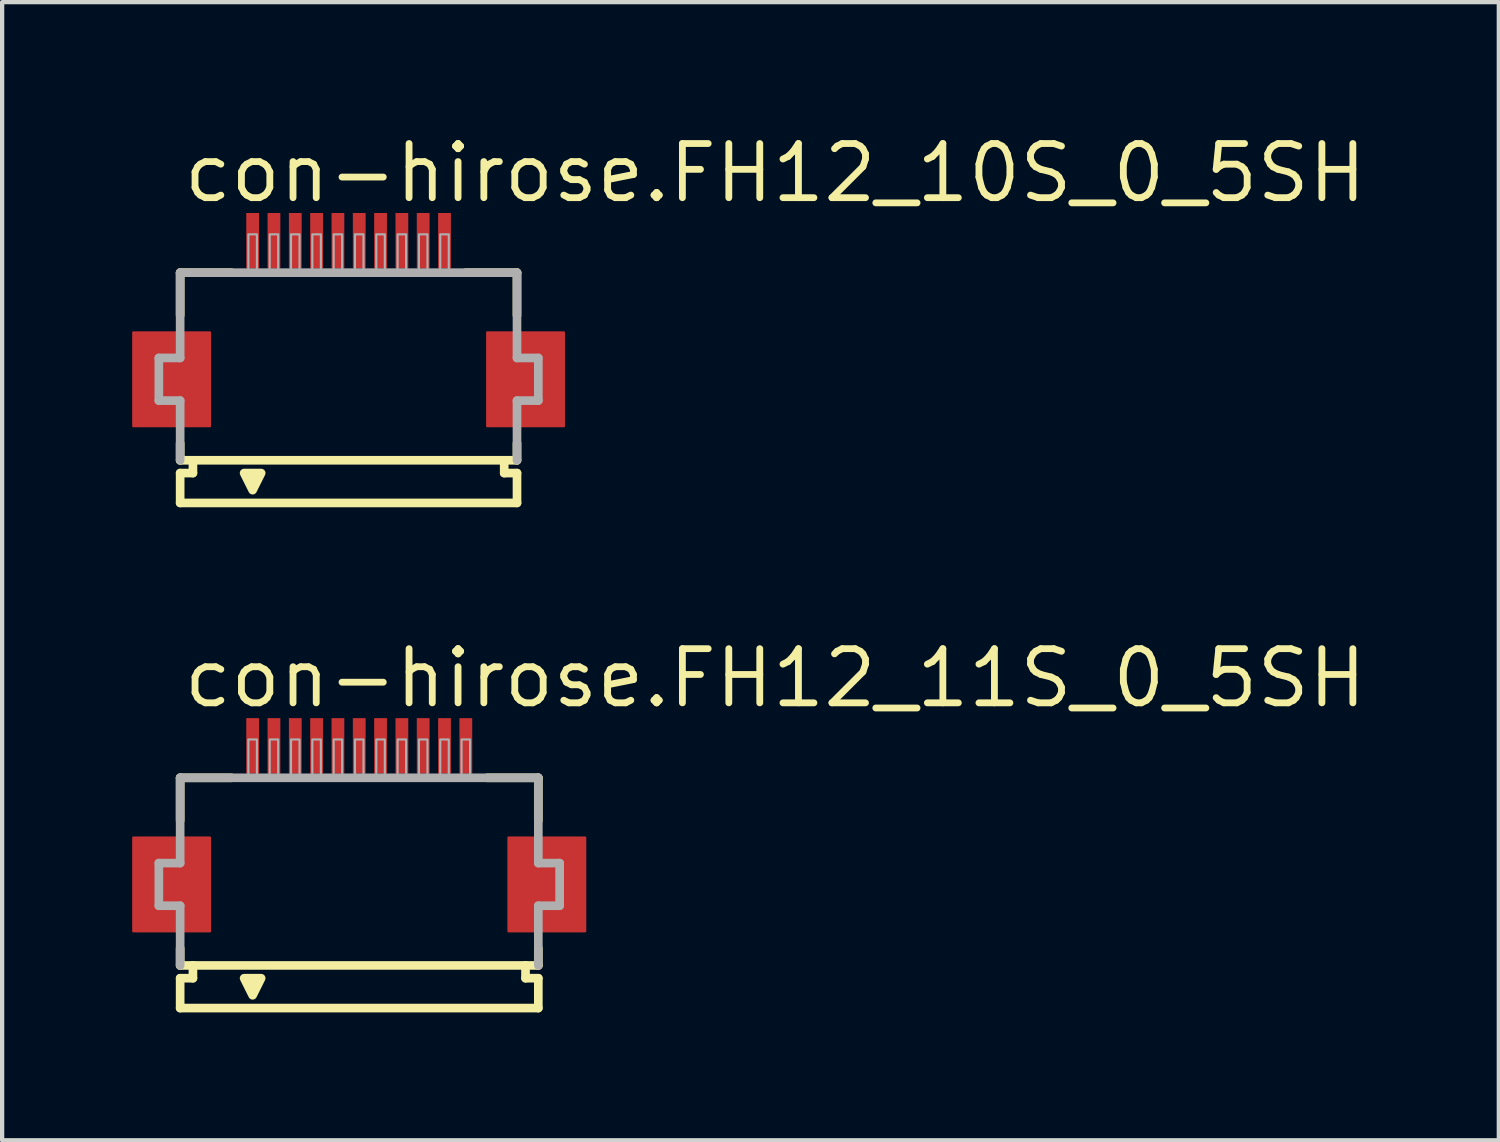
<source format=kicad_pcb>
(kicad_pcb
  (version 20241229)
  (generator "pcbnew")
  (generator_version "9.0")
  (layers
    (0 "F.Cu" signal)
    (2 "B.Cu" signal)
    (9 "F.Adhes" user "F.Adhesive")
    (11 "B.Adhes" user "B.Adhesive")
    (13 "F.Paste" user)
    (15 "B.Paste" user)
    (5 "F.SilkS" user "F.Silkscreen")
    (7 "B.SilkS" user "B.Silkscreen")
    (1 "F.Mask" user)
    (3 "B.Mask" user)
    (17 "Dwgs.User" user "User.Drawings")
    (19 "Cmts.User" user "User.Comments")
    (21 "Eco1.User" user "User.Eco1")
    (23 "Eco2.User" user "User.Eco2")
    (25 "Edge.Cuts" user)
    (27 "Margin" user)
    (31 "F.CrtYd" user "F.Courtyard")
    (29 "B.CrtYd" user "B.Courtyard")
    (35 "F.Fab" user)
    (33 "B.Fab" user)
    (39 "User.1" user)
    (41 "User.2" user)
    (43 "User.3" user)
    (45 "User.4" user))
  (footprint "con-hirose.FH12_11S_0_5SH"
    (layer "F.Cu")
    (at 5.375 17.692)
    (property "Reference" "con-hirose.FH12_11S_0_5SH" (at -4.198 -4.095 0) (layer "F.SilkS") (effects (font (size 1.27 1.27) (thickness 0.16)) (justify left bottom)))
    (attr smd)
    (fp_rect (start -5.3 1.1) (end -3.5 -1.1) (stroke (width 0.05) (type default)) (fill yes) (layer "F.Cu"))
    (fp_rect (start 3.5 1.1) (end 5.3 -1.1) (stroke (width 0.05) (type default)) (fill yes) (layer "F.Cu"))
    (fp_rect (start -5.35 1.175) (end -3.45 -1.175) (stroke (width 0.05) (type default)) (fill yes) (layer "F.Mask"))
    (fp_rect (start -2.7 -2.55) (end -2.3 -3.95) (stroke (width 0.05) (type default)) (fill yes) (layer "F.Mask"))
    (fp_rect (start -2.2 -2.55) (end -1.8 -3.95) (stroke (width 0.05) (type default)) (fill yes) (layer "F.Mask"))
    (fp_rect (start -1.7 -2.55) (end -1.3 -3.95) (stroke (width 0.05) (type default)) (fill yes) (layer "F.Mask"))
    (fp_rect (start -1.2 -2.55) (end -0.8 -3.95) (stroke (width 0.05) (type default)) (fill yes) (layer "F.Mask"))
    (fp_rect (start -0.7 -2.55) (end -0.3 -3.95) (stroke (width 0.05) (type default)) (fill yes) (layer "F.Mask"))
    (fp_rect (start -0.2 -2.55) (end 0.2 -3.95) (stroke (width 0.05) (type default)) (fill yes) (layer "F.Mask"))
    (fp_rect (start 0.3 -2.55) (end 0.7 -3.95) (stroke (width 0.05) (type default)) (fill yes) (layer "F.Mask"))
    (fp_rect (start 0.8 -2.55) (end 1.2 -3.95) (stroke (width 0.05) (type default)) (fill yes) (layer "F.Mask"))
    (fp_rect (start 1.3 -2.55) (end 1.7 -3.95) (stroke (width 0.05) (type default)) (fill yes) (layer "F.Mask"))
    (fp_rect (start 1.8 -2.55) (end 2.2 -3.95) (stroke (width 0.05) (type default)) (fill yes) (layer "F.Mask"))
    (fp_rect (start 2.3 -2.55) (end 2.7 -3.95) (stroke (width 0.05) (type default)) (fill yes) (layer "F.Mask"))
    (fp_rect (start 3.45 1.175) (end 5.35 -1.175) (stroke (width 0.05) (type default)) (fill yes) (layer "F.Mask"))
    (fp_line (start -4.2 -2.5) (end -4.2 -1.5) (stroke (width 0.203) (type default)) (layer "F.SilkS"))
    (fp_line (start -4.2 1.5) (end -4.2 1.9) (stroke (width 0.203) (type default)) (layer "F.SilkS"))
    (fp_line (start -4.2 1.9) (end -3.9 1.9) (stroke (width 0.203) (type default)) (layer "F.SilkS"))
    (fp_line (start -4.2 2.2) (end -4.2 2.9) (stroke (width 0.203) (type default)) (layer "F.SilkS"))
    (fp_line (start -3.9 1.9) (end -3.9 2.2) (stroke (width 0.203) (type default)) (layer "F.SilkS"))
    (fp_line (start -3.9 2.2) (end -4.2 2.2) (stroke (width 0.203) (type default)) (layer "F.SilkS"))
    (fp_line (start -3 -2.5) (end -4.2 -2.5) (stroke (width 0.203) (type default)) (layer "F.SilkS"))
    (fp_line (start 3.9 1.9) (end -3.9 1.9) (stroke (width 0.203) (type default)) (layer "F.SilkS"))
    (fp_line (start 3.9 1.9) (end 4.2 1.9) (stroke (width 0.203) (type default)) (layer "F.SilkS"))
    (fp_line (start 3.9 2.2) (end 3.9 1.9) (stroke (width 0.203) (type default)) (layer "F.SilkS"))
    (fp_line (start 4.2 -2.5) (end 3 -2.5) (stroke (width 0.203) (type default)) (layer "F.SilkS"))
    (fp_line (start 4.2 -1.5) (end 4.2 -2.5) (stroke (width 0.203) (type default)) (layer "F.SilkS"))
    (fp_line (start 4.2 1.9) (end 4.2 1.5) (stroke (width 0.203) (type default)) (layer "F.SilkS"))
    (fp_line (start 4.2 2.2) (end 3.9 2.2) (stroke (width 0.203) (type default)) (layer "F.SilkS"))
    (fp_line (start 4.2 2.9) (end -4.2 2.9) (stroke (width 0.203) (type default)) (layer "F.SilkS"))
    (fp_line (start 4.2 2.9) (end 4.2 2.2) (stroke (width 0.203) (type default)) (layer "F.SilkS"))
    (fp_poly (pts (xy -2.7 2.2) (xy -2.5 2.6) (xy -2.3 2.2)) (stroke (width 0.203) (type default)) (fill yes) (layer "F.SilkS"))
    (fp_rect (start -5.225 1.025) (end -3.575 -1.025) (stroke (width 0.05) (type default)) (fill yes) (layer "F.Paste"))
    (fp_rect (start -2.625 -2.625) (end -2.375 -3.875) (stroke (width 0.05) (type default)) (fill yes) (layer "F.Paste"))
    (fp_rect (start -2.125 -2.625) (end -1.875 -3.875) (stroke (width 0.05) (type default)) (fill yes) (layer "F.Paste"))
    (fp_rect (start -1.625 -2.625) (end -1.375 -3.875) (stroke (width 0.05) (type default)) (fill yes) (layer "F.Paste"))
    (fp_rect (start -1.125 -2.625) (end -0.875 -3.875) (stroke (width 0.05) (type default)) (fill yes) (layer "F.Paste"))
    (fp_rect (start -0.625 -2.625) (end -0.375 -3.875) (stroke (width 0.05) (type default)) (fill yes) (layer "F.Paste"))
    (fp_rect (start -0.125 -2.625) (end 0.125 -3.875) (stroke (width 0.05) (type default)) (fill yes) (layer "F.Paste"))
    (fp_rect (start 0.375 -2.625) (end 0.625 -3.875) (stroke (width 0.05) (type default)) (fill yes) (layer "F.Paste"))
    (fp_rect (start 0.875 -2.625) (end 1.125 -3.875) (stroke (width 0.05) (type default)) (fill yes) (layer "F.Paste"))
    (fp_rect (start 1.375 -2.625) (end 1.625 -3.875) (stroke (width 0.05) (type default)) (fill yes) (layer "F.Paste"))
    (fp_rect (start 1.875 -2.625) (end 2.125 -3.875) (stroke (width 0.05) (type default)) (fill yes) (layer "F.Paste"))
    (fp_rect (start 2.375 -2.625) (end 2.625 -3.875) (stroke (width 0.05) (type default)) (fill yes) (layer "F.Paste"))
    (fp_rect (start 3.575 1.025) (end 5.225 -1.025) (stroke (width 0.05) (type default)) (fill yes) (layer "F.Paste"))
    (fp_line (start -4.7 -0.5) (end -4.7 0.5) (stroke (width 0.203) (type default)) (layer "F.Fab"))
    (fp_line (start -4.7 0.5) (end -4.2 0.5) (stroke (width 0.203) (type default)) (layer "F.Fab"))
    (fp_line (start -4.2 -2.5) (end -4.2 -0.5) (stroke (width 0.203) (type default)) (layer "F.Fab"))
    (fp_line (start -4.2 -0.5) (end -4.7 -0.5) (stroke (width 0.203) (type default)) (layer "F.Fab"))
    (fp_line (start -4.2 0.5) (end -4.2 1.9) (stroke (width 0.203) (type default)) (layer "F.Fab"))
    (fp_line (start 4.2 -2.5) (end -4.2 -2.5) (stroke (width 0.203) (type default)) (layer "F.Fab"))
    (fp_line (start 4.2 -0.5) (end 4.2 -2.5) (stroke (width 0.203) (type default)) (layer "F.Fab"))
    (fp_line (start 4.2 0.5) (end 4.7 0.5) (stroke (width 0.203) (type default)) (layer "F.Fab"))
    (fp_line (start 4.2 1.9) (end 4.2 0.5) (stroke (width 0.203) (type default)) (layer "F.Fab"))
    (fp_line (start 4.7 -0.5) (end 4.2 -0.5) (stroke (width 0.203) (type default)) (layer "F.Fab"))
    (fp_line (start 4.7 0.5) (end 4.7 -0.5) (stroke (width 0.203) (type default)) (layer "F.Fab"))
    (fp_rect (start -2.6 -2.55) (end -2.4 -3.4) (stroke (width 0.05) (type default)) (fill no) (layer "F.Fab"))
    (fp_rect (start -2.1 -2.55) (end -1.9 -3.4) (stroke (width 0.05) (type default)) (fill no) (layer "F.Fab"))
    (fp_rect (start -1.6 -2.55) (end -1.4 -3.4) (stroke (width 0.05) (type default)) (fill no) (layer "F.Fab"))
    (fp_rect (start -1.1 -2.55) (end -0.9 -3.4) (stroke (width 0.05) (type default)) (fill no) (layer "F.Fab"))
    (fp_rect (start -0.6 -2.55) (end -0.4 -3.4) (stroke (width 0.05) (type default)) (fill no) (layer "F.Fab"))
    (fp_rect (start -0.1 -2.55) (end 0.1 -3.4) (stroke (width 0.05) (type default)) (fill no) (layer "F.Fab"))
    (fp_rect (start 0.4 -2.55) (end 0.6 -3.4) (stroke (width 0.05) (type default)) (fill no) (layer "F.Fab"))
    (fp_rect (start 0.9 -2.55) (end 1.1 -3.4) (stroke (width 0.05) (type default)) (fill no) (layer "F.Fab"))
    (fp_rect (start 1.4 -2.55) (end 1.6 -3.4) (stroke (width 0.05) (type default)) (fill no) (layer "F.Fab"))
    (fp_rect (start 1.9 -2.55) (end 2.1 -3.4) (stroke (width 0.05) (type default)) (fill no) (layer "F.Fab"))
    (fp_rect (start 2.4 -2.55) (end 2.6 -3.4) (stroke (width 0.05) (type default)) (fill no) (layer "F.Fab"))
    (pad "1" smd roundrect (at -2.5 -3.25) (size 0.3 1.3) (layers "F.Cu" "F.Mask" "F.Paste") (roundrect_rratio 0.01))
    (pad "2" smd roundrect (at -2 -3.25) (size 0.3 1.3) (layers "F.Cu" "F.Mask" "F.Paste") (roundrect_rratio 0.01))
    (pad "3" smd roundrect (at -1.5 -3.25) (size 0.3 1.3) (layers "F.Cu" "F.Mask" "F.Paste") (roundrect_rratio 0.01))
    (pad "4" smd roundrect (at -1 -3.25) (size 0.3 1.3) (layers "F.Cu" "F.Mask" "F.Paste") (roundrect_rratio 0.01))
    (pad "5" smd roundrect (at -0.5 -3.25) (size 0.3 1.3) (layers "F.Cu" "F.Mask" "F.Paste") (roundrect_rratio 0.01))
    (pad "6" smd roundrect (at 0 -3.25) (size 0.3 1.3) (layers "F.Cu" "F.Mask" "F.Paste") (roundrect_rratio 0.01))
    (pad "7" smd roundrect (at 0.5 -3.25) (size 0.3 1.3) (layers "F.Cu" "F.Mask" "F.Paste") (roundrect_rratio 0.01))
    (pad "8" smd roundrect (at 1 -3.25) (size 0.3 1.3) (layers "F.Cu" "F.Mask" "F.Paste") (roundrect_rratio 0.01))
    (pad "9" smd roundrect (at 1.5 -3.25) (size 0.3 1.3) (layers "F.Cu" "F.Mask" "F.Paste") (roundrect_rratio 0.01))
    (pad "10" smd roundrect (at 2 -3.25) (size 0.3 1.3) (layers "F.Cu" "F.Mask" "F.Paste") (roundrect_rratio 0.01))
    (pad "11" smd roundrect (at 2.5 -3.25) (size 0.3 1.3) (layers "F.Cu" "F.Mask" "F.Paste") (roundrect_rratio 0.01)))
  (footprint "con-hirose.FH12_10S_0_5SH"
    (layer "F.Cu")
    (at 5.125 5.845)
    (property "Reference" "con-hirose.FH12_10S_0_5SH" (at -3.948 -4.095 0) (layer "F.SilkS") (effects (font (size 1.27 1.27) (thickness 0.16)) (justify left bottom)))
    (attr smd)
    (fp_rect (start -5.05 1.1) (end -3.25 -1.1) (stroke (width 0.05) (type default)) (fill yes) (layer "F.Cu"))
    (fp_rect (start 3.25 1.1) (end 5.05 -1.1) (stroke (width 0.05) (type default)) (fill yes) (layer "F.Cu"))
    (fp_rect (start -5.1 1.175) (end -3.2 -1.175) (stroke (width 0.05) (type default)) (fill yes) (layer "F.Mask"))
    (fp_rect (start -2.45 -2.55) (end -2.05 -3.95) (stroke (width 0.05) (type default)) (fill yes) (layer "F.Mask"))
    (fp_rect (start -1.95 -2.55) (end -1.55 -3.95) (stroke (width 0.05) (type default)) (fill yes) (layer "F.Mask"))
    (fp_rect (start -1.45 -2.55) (end -1.05 -3.95) (stroke (width 0.05) (type default)) (fill yes) (layer "F.Mask"))
    (fp_rect (start -0.95 -2.55) (end -0.55 -3.95) (stroke (width 0.05) (type default)) (fill yes) (layer "F.Mask"))
    (fp_rect (start -0.45 -2.55) (end -0.05 -3.95) (stroke (width 0.05) (type default)) (fill yes) (layer "F.Mask"))
    (fp_rect (start 0.05 -2.55) (end 0.45 -3.95) (stroke (width 0.05) (type default)) (fill yes) (layer "F.Mask"))
    (fp_rect (start 0.55 -2.55) (end 0.95 -3.95) (stroke (width 0.05) (type default)) (fill yes) (layer "F.Mask"))
    (fp_rect (start 1.05 -2.55) (end 1.45 -3.95) (stroke (width 0.05) (type default)) (fill yes) (layer "F.Mask"))
    (fp_rect (start 1.55 -2.55) (end 1.95 -3.95) (stroke (width 0.05) (type default)) (fill yes) (layer "F.Mask"))
    (fp_rect (start 2.05 -2.55) (end 2.45 -3.95) (stroke (width 0.05) (type default)) (fill yes) (layer "F.Mask"))
    (fp_rect (start 3.2 1.175) (end 5.1 -1.175) (stroke (width 0.05) (type default)) (fill yes) (layer "F.Mask"))
    (fp_line (start -3.95 -2.5) (end -3.95 -1.5) (stroke (width 0.203) (type default)) (layer "F.SilkS"))
    (fp_line (start -3.95 1.5) (end -3.95 1.9) (stroke (width 0.203) (type default)) (layer "F.SilkS"))
    (fp_line (start -3.95 1.9) (end -3.65 1.9) (stroke (width 0.203) (type default)) (layer "F.SilkS"))
    (fp_line (start -3.95 2.2) (end -3.95 2.9) (stroke (width 0.203) (type default)) (layer "F.SilkS"))
    (fp_line (start -3.65 1.9) (end -3.65 2.2) (stroke (width 0.203) (type default)) (layer "F.SilkS"))
    (fp_line (start -3.65 2.2) (end -3.95 2.2) (stroke (width 0.203) (type default)) (layer "F.SilkS"))
    (fp_line (start -2.75 -2.5) (end -3.95 -2.5) (stroke (width 0.203) (type default)) (layer "F.SilkS"))
    (fp_line (start 3.65 1.9) (end -3.65 1.9) (stroke (width 0.203) (type default)) (layer "F.SilkS"))
    (fp_line (start 3.65 1.9) (end 3.95 1.9) (stroke (width 0.203) (type default)) (layer "F.SilkS"))
    (fp_line (start 3.65 2.2) (end 3.65 1.9) (stroke (width 0.203) (type default)) (layer "F.SilkS"))
    (fp_line (start 3.95 -2.5) (end 2.75 -2.5) (stroke (width 0.203) (type default)) (layer "F.SilkS"))
    (fp_line (start 3.95 -1.5) (end 3.95 -2.5) (stroke (width 0.203) (type default)) (layer "F.SilkS"))
    (fp_line (start 3.95 1.9) (end 3.95 1.5) (stroke (width 0.203) (type default)) (layer "F.SilkS"))
    (fp_line (start 3.95 2.2) (end 3.65 2.2) (stroke (width 0.203) (type default)) (layer "F.SilkS"))
    (fp_line (start 3.95 2.9) (end -3.95 2.9) (stroke (width 0.203) (type default)) (layer "F.SilkS"))
    (fp_line (start 3.95 2.9) (end 3.95 2.2) (stroke (width 0.203) (type default)) (layer "F.SilkS"))
    (fp_poly (pts (xy -2.45 2.2) (xy -2.25 2.6) (xy -2.05 2.2)) (stroke (width 0.203) (type default)) (fill yes) (layer "F.SilkS"))
    (fp_rect (start -4.975 1.025) (end -3.325 -1.025) (stroke (width 0.05) (type default)) (fill yes) (layer "F.Paste"))
    (fp_rect (start -2.375 -2.625) (end -2.125 -3.875) (stroke (width 0.05) (type default)) (fill yes) (layer "F.Paste"))
    (fp_rect (start -1.875 -2.625) (end -1.625 -3.875) (stroke (width 0.05) (type default)) (fill yes) (layer "F.Paste"))
    (fp_rect (start -1.375 -2.625) (end -1.125 -3.875) (stroke (width 0.05) (type default)) (fill yes) (layer "F.Paste"))
    (fp_rect (start -0.875 -2.625) (end -0.625 -3.875) (stroke (width 0.05) (type default)) (fill yes) (layer "F.Paste"))
    (fp_rect (start -0.375 -2.625) (end -0.125 -3.875) (stroke (width 0.05) (type default)) (fill yes) (layer "F.Paste"))
    (fp_rect (start 0.125 -2.625) (end 0.375 -3.875) (stroke (width 0.05) (type default)) (fill yes) (layer "F.Paste"))
    (fp_rect (start 0.625 -2.625) (end 0.875 -3.875) (stroke (width 0.05) (type default)) (fill yes) (layer "F.Paste"))
    (fp_rect (start 1.125 -2.625) (end 1.375 -3.875) (stroke (width 0.05) (type default)) (fill yes) (layer "F.Paste"))
    (fp_rect (start 1.625 -2.625) (end 1.875 -3.875) (stroke (width 0.05) (type default)) (fill yes) (layer "F.Paste"))
    (fp_rect (start 2.125 -2.625) (end 2.375 -3.875) (stroke (width 0.05) (type default)) (fill yes) (layer "F.Paste"))
    (fp_rect (start 3.325 1.025) (end 4.975 -1.025) (stroke (width 0.05) (type default)) (fill yes) (layer "F.Paste"))
    (fp_line (start -4.45 -0.5) (end -4.45 0.5) (stroke (width 0.203) (type default)) (layer "F.Fab"))
    (fp_line (start -4.45 0.5) (end -3.95 0.5) (stroke (width 0.203) (type default)) (layer "F.Fab"))
    (fp_line (start -3.95 -2.5) (end -3.95 -0.5) (stroke (width 0.203) (type default)) (layer "F.Fab"))
    (fp_line (start -3.95 -0.5) (end -4.45 -0.5) (stroke (width 0.203) (type default)) (layer "F.Fab"))
    (fp_line (start -3.95 0.5) (end -3.95 1.9) (stroke (width 0.203) (type default)) (layer "F.Fab"))
    (fp_line (start 3.95 -2.5) (end -3.95 -2.5) (stroke (width 0.203) (type default)) (layer "F.Fab"))
    (fp_line (start 3.95 -0.5) (end 3.95 -2.5) (stroke (width 0.203) (type default)) (layer "F.Fab"))
    (fp_line (start 3.95 0.5) (end 4.45 0.5) (stroke (width 0.203) (type default)) (layer "F.Fab"))
    (fp_line (start 3.95 1.9) (end 3.95 0.5) (stroke (width 0.203) (type default)) (layer "F.Fab"))
    (fp_line (start 4.45 -0.5) (end 3.95 -0.5) (stroke (width 0.203) (type default)) (layer "F.Fab"))
    (fp_line (start 4.45 0.5) (end 4.45 -0.5) (stroke (width 0.203) (type default)) (layer "F.Fab"))
    (fp_rect (start -2.35 -2.55) (end -2.15 -3.4) (stroke (width 0.05) (type default)) (fill no) (layer "F.Fab"))
    (fp_rect (start -1.85 -2.55) (end -1.65 -3.4) (stroke (width 0.05) (type default)) (fill no) (layer "F.Fab"))
    (fp_rect (start -1.35 -2.55) (end -1.15 -3.4) (stroke (width 0.05) (type default)) (fill no) (layer "F.Fab"))
    (fp_rect (start -0.85 -2.55) (end -0.65 -3.4) (stroke (width 0.05) (type default)) (fill no) (layer "F.Fab"))
    (fp_rect (start -0.35 -2.55) (end -0.15 -3.4) (stroke (width 0.05) (type default)) (fill no) (layer "F.Fab"))
    (fp_rect (start 0.15 -2.55) (end 0.35 -3.4) (stroke (width 0.05) (type default)) (fill no) (layer "F.Fab"))
    (fp_rect (start 0.65 -2.55) (end 0.85 -3.4) (stroke (width 0.05) (type default)) (fill no) (layer "F.Fab"))
    (fp_rect (start 1.15 -2.55) (end 1.35 -3.4) (stroke (width 0.05) (type default)) (fill no) (layer "F.Fab"))
    (fp_rect (start 1.65 -2.55) (end 1.85 -3.4) (stroke (width 0.05) (type default)) (fill no) (layer "F.Fab"))
    (fp_rect (start 2.15 -2.55) (end 2.35 -3.4) (stroke (width 0.05) (type default)) (fill no) (layer "F.Fab"))
    (pad "1" smd roundrect (at -2.25 -3.25) (size 0.3 1.3) (layers "F.Cu" "F.Mask" "F.Paste") (roundrect_rratio 0.01))
    (pad "2" smd roundrect (at -1.75 -3.25) (size 0.3 1.3) (layers "F.Cu" "F.Mask" "F.Paste") (roundrect_rratio 0.01))
    (pad "3" smd roundrect (at -1.25 -3.25) (size 0.3 1.3) (layers "F.Cu" "F.Mask" "F.Paste") (roundrect_rratio 0.01))
    (pad "4" smd roundrect (at -0.75 -3.25) (size 0.3 1.3) (layers "F.Cu" "F.Mask" "F.Paste") (roundrect_rratio 0.01))
    (pad "5" smd roundrect (at -0.25 -3.25) (size 0.3 1.3) (layers "F.Cu" "F.Mask" "F.Paste") (roundrect_rratio 0.01))
    (pad "6" smd roundrect (at 0.25 -3.25) (size 0.3 1.3) (layers "F.Cu" "F.Mask" "F.Paste") (roundrect_rratio 0.01))
    (pad "7" smd roundrect (at 0.75 -3.25) (size 0.3 1.3) (layers "F.Cu" "F.Mask" "F.Paste") (roundrect_rratio 0.01))
    (pad "8" smd roundrect (at 1.25 -3.25) (size 0.3 1.3) (layers "F.Cu" "F.Mask" "F.Paste") (roundrect_rratio 0.01))
    (pad "9" smd roundrect (at 1.75 -3.25) (size 0.3 1.3) (layers "F.Cu" "F.Mask" "F.Paste") (roundrect_rratio 0.01))
    (pad "10" smd roundrect (at 2.25 -3.25) (size 0.3 1.3) (layers "F.Cu" "F.Mask" "F.Paste") (roundrect_rratio 0.01)))
  (gr_rect
    (start -3 -3)
    (end 32.101 23.693)
    (stroke (width 0.1) (type default))
    (fill no)
    (layer "Edge.Cuts")))
</source>
